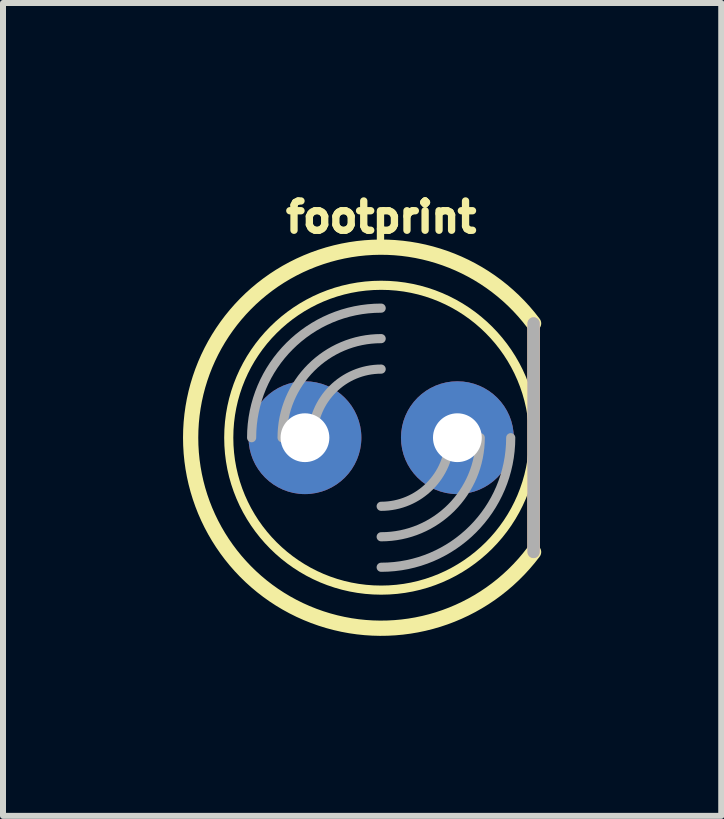
<source format=kicad_pcb>
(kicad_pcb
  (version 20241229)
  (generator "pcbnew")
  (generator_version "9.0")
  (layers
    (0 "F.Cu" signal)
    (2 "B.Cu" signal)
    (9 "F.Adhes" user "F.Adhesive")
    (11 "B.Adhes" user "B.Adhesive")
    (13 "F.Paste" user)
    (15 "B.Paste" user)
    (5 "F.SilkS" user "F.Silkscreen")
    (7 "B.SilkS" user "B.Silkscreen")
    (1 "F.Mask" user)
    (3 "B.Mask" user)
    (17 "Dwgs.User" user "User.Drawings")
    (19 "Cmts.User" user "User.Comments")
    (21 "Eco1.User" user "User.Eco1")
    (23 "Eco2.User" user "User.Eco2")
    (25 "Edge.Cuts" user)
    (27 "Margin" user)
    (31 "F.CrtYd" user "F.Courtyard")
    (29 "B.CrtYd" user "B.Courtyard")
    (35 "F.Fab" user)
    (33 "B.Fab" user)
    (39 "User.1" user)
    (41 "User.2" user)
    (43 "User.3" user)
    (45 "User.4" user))
  (footprint "footprint"
    (layer "F.Cu")
    (at 3.302 4.244)
    (property "Reference" "footprint" (at 0 -3.391 0) (layer "F.SilkS") (effects (font (size 0.488 0.488) (thickness 0.122)) (justify bottom)))
    (fp_line (start 2.54 1.905) (end 2.54 -1.905) (stroke (width 0.203) (type solid)) (layer "F.SilkS"))
    (fp_arc (start 2.54 1.905) (mid -3.175 0) (end 2.54 -1.905) (stroke (width 0.254) (type solid)) (layer "F.SilkS"))
    (fp_circle (center 0 0) (end 2.54 0) (stroke (width 0.152) (type solid)) (fill no) (layer "F.SilkS"))
    (fp_line (start 2.54 1.905) (end 2.54 -1.905) (stroke (width 0.203) (type solid)) (layer "B.SilkS"))
    (fp_line (start 2.54 1.905) (end 2.54 -1.905) (stroke (width 0.203) (type solid)) (layer "F.Fab"))
    (fp_arc (start -2.159 0) (mid -1.526644 -1.526644) (end 0 -2.159) (stroke (width 0.1524) (type solid)) (layer "F.Fab"))
    (fp_arc (start -1.651 0) (mid -1.167433 -1.167433) (end 0 -1.651) (stroke (width 0.1524) (type solid)) (layer "F.Fab"))
    (fp_arc (start -1.143 0) (mid -0.808223 -0.808223) (end 0 -1.143) (stroke (width 0.1524) (type solid)) (layer "F.Fab"))
    (fp_arc (start 1.143 0) (mid 0.808223 0.808223) (end 0 1.143) (stroke (width 0.1524) (type solid)) (layer "F.Fab"))
    (fp_arc (start 1.651 0) (mid 1.167433 1.167433) (end 0 1.651) (stroke (width 0.1524) (type solid)) (layer "F.Fab"))
    (fp_arc (start 2.159 0) (mid 1.526644 1.526644) (end 0 2.159) (stroke (width 0.1524) (type solid)) (layer "F.Fab"))
    (pad "A" thru_hole circle (at -1.27 0) (size 1.88 1.88) (drill 0.813) (layers "*.Cu" "*.Mask"))
    (pad "K" thru_hole circle (at 1.27 0) (size 1.88 1.88) (drill 0.813) (layers "*.Cu" "*.Mask")))
  (gr_rect
    (start -3 -3)
    (end 8.969 10.546)
    (stroke (width 0.1) (type default))
    (fill no)
    (layer "Edge.Cuts")))
</source>
